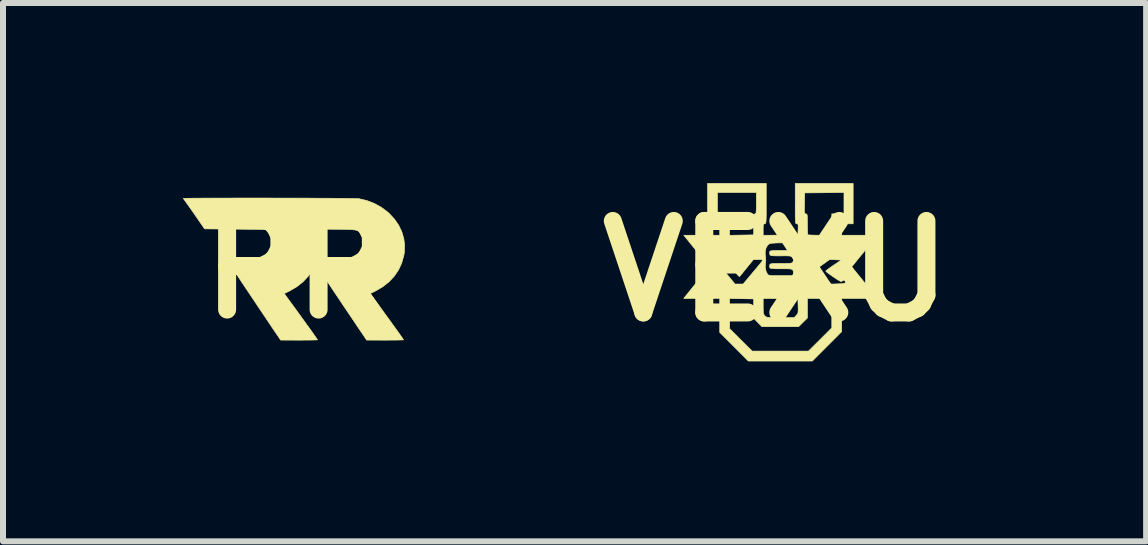
<source format=kicad_pcb>
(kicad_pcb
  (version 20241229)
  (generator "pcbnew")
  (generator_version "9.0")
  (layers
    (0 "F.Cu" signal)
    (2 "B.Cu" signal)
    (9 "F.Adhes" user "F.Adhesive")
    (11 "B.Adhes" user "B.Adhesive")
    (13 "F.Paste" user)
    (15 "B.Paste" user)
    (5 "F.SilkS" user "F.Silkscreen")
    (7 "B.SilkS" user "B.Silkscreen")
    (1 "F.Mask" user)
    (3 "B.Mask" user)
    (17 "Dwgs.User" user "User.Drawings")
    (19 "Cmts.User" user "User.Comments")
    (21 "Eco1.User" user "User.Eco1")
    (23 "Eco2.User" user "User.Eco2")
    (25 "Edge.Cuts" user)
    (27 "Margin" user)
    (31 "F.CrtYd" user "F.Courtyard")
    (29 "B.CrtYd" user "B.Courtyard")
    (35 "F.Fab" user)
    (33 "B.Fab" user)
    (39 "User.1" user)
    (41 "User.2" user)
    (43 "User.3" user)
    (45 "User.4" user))
  (footprint "RR"
    (layer "F.Cu")
    (at 1.895 1.418)
    (property "Reference" "RR" (at 0 0 0) (layer "F.SilkS") (effects (font (size 1.524 1.524) (thickness 0.3))))
    (attr through_hole)
    (fp_poly (pts (xy -0.679 -1.169) (xy -0.531 -1.169) (xy -0.381 -1.168) (xy -0.233 -1.168) (xy -0.086 -1.168) (xy 0.058 -1.167) (xy 0.197 -1.167) (xy 0.331 -1.166) (xy 0.457 -1.165) (xy 0.574 -1.165) (xy 0.681 -1.164) (xy 0.777 -1.163) (xy 0.86 -1.162) (xy 0.928 -1.161) (xy 0.981 -1.16) (xy 1.017 -1.159) (xy 1.035 -1.158) (xy 1.035 -1.158) (xy 1.165 -1.127) (xy 1.291 -1.079) (xy 1.408 -1.014) (xy 1.513 -0.936) (xy 1.54 -0.911) (xy 1.628 -0.816) (xy 1.698 -0.714) (xy 1.75 -0.605) (xy 1.783 -0.492) (xy 1.797 -0.376) (xy 1.791 -0.258) (xy 1.782 -0.206) (xy 1.747 -0.083) (xy 1.694 0.031) (xy 1.623 0.135) (xy 1.536 0.228) (xy 1.433 0.309) (xy 1.321 0.375) (xy 1.224 0.423) (xy 1.346 0.591) (xy 1.412 0.681) (xy 1.475 0.769) (xy 1.536 0.852) (xy 1.592 0.93) (xy 1.643 1) (xy 1.687 1.062) (xy 1.724 1.114) (xy 1.752 1.154) (xy 1.77 1.181) (xy 1.778 1.193) (xy 1.778 1.193) (xy 1.768 1.195) (xy 1.741 1.196) (xy 1.698 1.197) (xy 1.642 1.198) (xy 1.576 1.198) (xy 1.501 1.199) (xy 1.471 1.199) (xy 1.163 1.198) (xy 1.083 1.079) (xy 1.021 0.988) (xy 0.957 0.892) (xy 0.892 0.795) (xy 0.826 0.698) (xy 0.761 0.601) (xy 0.698 0.506) (xy 0.637 0.416) (xy 0.58 0.331) (xy 0.528 0.252) (xy 0.481 0.182) (xy 0.441 0.122) (xy 0.408 0.073) (xy 0.384 0.036) (xy 0.37 0.014) (xy 0.366 0.007) (xy 0.376 0.005) (xy 0.403 0.004) (xy 0.446 0.002) (xy 0.502 0.001) (xy 0.568 -0.000469) (xy 0.642 -0.002) (xy 0.668 -0.002) (xy 0.759 -0.003) (xy 0.833 -0.004) (xy 0.892 -0.006) (xy 0.938 -0.01) (xy 0.974 -0.015) (xy 1.004 -0.022) (xy 1.029 -0.031) (xy 1.052 -0.044) (xy 1.075 -0.06) (xy 1.102 -0.08) (xy 1.156 -0.132) (xy 1.193 -0.194) (xy 1.215 -0.262) (xy 1.221 -0.333) (xy 1.212 -0.403) (xy 1.186 -0.47) (xy 1.145 -0.53) (xy 1.102 -0.57) (xy 1.076 -0.59) (xy 1.053 -0.605) (xy 1.031 -0.618) (xy 1.008 -0.627) (xy 0.98 -0.635) (xy 0.945 -0.64) (xy 0.902 -0.643) (xy 0.847 -0.645) (xy 0.778 -0.647) (xy 0.692 -0.648) (xy 0.638 -0.648) (xy 0.558 -0.649) (xy 0.485 -0.649) (xy 0.421 -0.649) (xy 0.369 -0.649) (xy 0.331 -0.649) (xy 0.309 -0.648) (xy 0.305 -0.647) (xy 0.308 -0.636) (xy 0.316 -0.612) (xy 0.321 -0.598) (xy 0.351 -0.485) (xy 0.364 -0.368) (xy 0.357 -0.252) (xy 0.35 -0.206) (xy 0.314 -0.083) (xy 0.261 0.031) (xy 0.19 0.135) (xy 0.103 0.228) (xy 0.000347 0.309) (xy -0.112 0.375) (xy -0.209 0.423) (xy -0.087 0.591) (xy -0.021 0.681) (xy 0.043 0.769) (xy 0.103 0.852) (xy 0.159 0.93) (xy 0.21 1) (xy 0.254 1.062) (xy 0.291 1.114) (xy 0.319 1.154) (xy 0.338 1.181) (xy 0.345 1.193) (xy 0.345 1.193) (xy 0.336 1.195) (xy 0.308 1.196) (xy 0.265 1.197) (xy 0.209 1.198) (xy 0.143 1.198) (xy 0.069 1.199) (xy 0.038 1.199) (xy -0.269 1.198) (xy -0.35 1.079) (xy -0.412 0.988) (xy -0.476 0.892) (xy -0.541 0.795) (xy -0.607 0.698) (xy -0.671 0.601) (xy -0.735 0.506) (xy -0.795 0.416) (xy -0.852 0.331) (xy -0.905 0.252) (xy -0.951 0.182) (xy -0.991 0.122) (xy -1.024 0.073) (xy -1.048 0.036) (xy -1.063 0.014) (xy -1.067 0.007) (xy -1.057 0.005) (xy -1.029 0.004) (xy -0.987 0.002) (xy -0.931 0.001) (xy -0.865 -0.000469) (xy -0.791 -0.002) (xy -0.765 -0.002) (xy -0.673 -0.003) (xy -0.599 -0.004) (xy -0.541 -0.006) (xy -0.495 -0.01) (xy -0.458 -0.015) (xy -0.429 -0.022) (xy -0.404 -0.031) (xy -0.381 -0.044) (xy -0.357 -0.06) (xy -0.331 -0.08) (xy -0.277 -0.132) (xy -0.239 -0.194) (xy -0.217 -0.262) (xy -0.211 -0.333) (xy -0.221 -0.403) (xy -0.246 -0.47) (xy -0.287 -0.53) (xy -0.331 -0.57) (xy -0.351 -0.586) (xy -0.37 -0.6) (xy -0.387 -0.611) (xy -0.406 -0.62) (xy -0.427 -0.628) (xy -0.453 -0.634) (xy -0.485 -0.638) (xy -0.526 -0.642) (xy -0.576 -0.644) (xy -0.638 -0.646) (xy -0.714 -0.647) (xy -0.806 -0.648) (xy -0.915 -0.649) (xy -1 -0.65) (xy -1.537 -0.655) (xy -1.698 -0.888) (xy -1.74 -0.949) (xy -1.78 -1.006) (xy -1.815 -1.055) (xy -1.843 -1.095) (xy -1.863 -1.123) (xy -1.874 -1.137) (xy -1.874 -1.137) (xy -1.886 -1.154) (xy -1.89 -1.162) (xy -1.88 -1.163) (xy -1.851 -1.164) (xy -1.805 -1.165) (xy -1.742 -1.166) (xy -1.665 -1.166) (xy -1.574 -1.167) (xy -1.471 -1.167) (xy -1.358 -1.168) (xy -1.235 -1.168) (xy -1.104 -1.168) (xy -0.967 -1.169) (xy -0.825 -1.169) (xy -0.679 -1.169)) (stroke (width 0.01) (type solid)) (fill yes) (layer "F.SilkS")))
  (footprint "VEXU"
    (layer "F.Cu")
    (at 9.881 1.466)
    (property "Reference" "VEXU" (at 0 0 0) (layer "F.SilkS") (effects (font (size 1.524 1.524) (thickness 0.3))))
    (attr through_hole)
    (fp_poly (pts (xy -0.165 -1.124) (xy -0.165 -1.023) (xy -0.165 -0.944) (xy -0.166 -0.886) (xy -0.168 -0.844) (xy -0.17 -0.816) (xy -0.174 -0.799) (xy -0.179 -0.791) (xy -0.185 -0.788) (xy -0.191 -0.787) (xy -0.203 -0.785) (xy -0.211 -0.775) (xy -0.215 -0.751) (xy -0.216 -0.709) (xy -0.216 -0.692) (xy -0.216 -0.596) (xy 0.362 -0.603) (xy 0.366 -0.695) (xy 0.367 -0.743) (xy 0.366 -0.77) (xy 0.36 -0.783) (xy 0.348 -0.787) (xy 0.343 -0.787) (xy 0.336 -0.788) (xy 0.33 -0.792) (xy 0.325 -0.802) (xy 0.322 -0.822) (xy 0.32 -0.853) (xy 0.318 -0.898) (xy 0.318 -0.962) (xy 0.318 -1.009) (xy 0.471 -1.009) (xy 0.473 -0.979) (xy 0.477 -0.962) (xy 0.483 -0.954) (xy 0.493 -0.953) (xy 0.495 -0.953) (xy 0.505 -0.951) (xy 0.512 -0.945) (xy 0.517 -0.929) (xy 0.519 -0.9) (xy 0.52 -0.853) (xy 0.521 -0.786) (xy 0.521 -0.783) (xy 0.521 -0.72) (xy 0.523 -0.666) (xy 0.525 -0.627) (xy 0.528 -0.607) (xy 0.529 -0.605) (xy 0.544 -0.602) (xy 0.58 -0.6) (xy 0.632 -0.598) (xy 0.696 -0.597) (xy 0.732 -0.597) (xy 0.927 -0.597) (xy 0.927 -0.953) (xy 1.13 -0.953) (xy 1.13 -1.309) (xy 0.803 -1.305) (xy 0.476 -1.302) (xy 0.473 -1.127) (xy 0.471 -1.058) (xy 0.471 -1.009) (xy 0.318 -1.009) (xy 0.318 -1.046) (xy 0.318 -1.124) (xy 0.318 -1.46) (xy 1.283 -1.46) (xy 1.283 -0.787) (xy 1.092 -0.787) (xy 1.092 -0.597) (xy 1.384 -0.597) (xy 1.467 -0.597) (xy 1.541 -0.596) (xy 1.602 -0.595) (xy 1.647 -0.593) (xy 1.672 -0.592) (xy 1.676 -0.591) (xy 1.669 -0.579) (xy 1.648 -0.551) (xy 1.617 -0.512) (xy 1.579 -0.465) (xy 1.57 -0.454) (xy 1.517 -0.389) (xy 1.458 -0.315) (xy 1.4 -0.244) (xy 1.362 -0.197) (xy 1.26 -0.071) (xy 1.363 0.057) (xy 1.414 0.119) (xy 1.473 0.192) (xy 1.532 0.265) (xy 1.578 0.321) (xy 1.69 0.457) (xy 1.092 0.457) (xy 1.092 1.009) (xy 0.848 1.254) (xy 0.603 1.499) (xy -0.464 1.499) (xy -0.702 1.26) (xy -0.94 1.022) (xy -0.94 0.959) (xy -0.775 0.959) (xy -0.4 1.333) (xy 0.539 1.333) (xy 0.733 1.14) (xy 0.927 0.946) (xy 0.927 0.457) (xy 0.521 0.457) (xy 0.521 0.782) (xy 0.447 0.854) (xy 0.374 0.927) (xy -0.236 0.927) (xy -0.304 0.858) (xy -0.372 0.789) (xy -0.373 0.626) (xy -0.374 0.586) (xy -0.216 0.586) (xy -0.215 0.646) (xy -0.213 0.687) (xy -0.208 0.714) (xy -0.199 0.732) (xy -0.188 0.745) (xy -0.178 0.756) (xy -0.165 0.763) (xy -0.148 0.769) (xy -0.121 0.772) (xy -0.081 0.774) (xy -0.024 0.775) (xy 0.054 0.775) (xy 0.07 0.775) (xy 0.3 0.775) (xy 0.335 0.739) (xy 0.351 0.72) (xy 0.361 0.703) (xy 0.366 0.679) (xy 0.367 0.643) (xy 0.366 0.589) (xy 0.366 0.583) (xy 0.362 0.464) (xy 0.073 0.46) (xy -0.216 0.457) (xy -0.216 0.586) (xy -0.374 0.586) (xy -0.375 0.464) (xy -0.575 0.46) (xy -0.775 0.457) (xy -0.775 0.959) (xy -0.94 0.959) (xy -0.94 0.457) (xy -1.539 0.457) (xy -1.516 0.426) (xy -1.501 0.408) (xy -1.473 0.373) (xy -1.434 0.324) (xy -1.388 0.267) (xy -1.336 0.203) (xy -1.314 0.176) (xy -1.262 0.111) (xy -1.215 0.052) (xy -1.175 0.003) (xy -1.146 -0.034) (xy -1.129 -0.056) (xy -1.126 -0.06) (xy -1.131 -0.075) (xy -1.151 -0.108) (xy -1.186 -0.157) (xy -1.205 -0.181) (xy -1.009 -0.181) (xy -1.003 -0.171) (xy -1.002 -0.168) (xy -0.988 -0.152) (xy -0.962 -0.119) (xy -0.925 -0.074) (xy -0.88 -0.02) (xy -0.835 0.035) (xy -0.685 0.216) (xy -0.55 0.216) (xy -0.539 0.203) (xy 0.33 0.203) (xy 0.342 0.21) (xy 0.373 0.214) (xy 0.417 0.216) (xy 0.417 0.216) (xy 0.458 0.215) (xy 0.489 0.211) (xy 0.517 0.202) (xy 0.549 0.183) (xy 0.593 0.153) (xy 0.604 0.146) (xy 0.648 0.116) (xy 0.685 0.092) (xy 0.709 0.079) (xy 0.715 0.076) (xy 0.73 0.083) (xy 0.759 0.102) (xy 0.799 0.129) (xy 0.823 0.147) (xy 0.921 0.217) (xy 1.035 0.213) (xy 1.09 0.211) (xy 1.125 0.207) (xy 1.144 0.201) (xy 1.152 0.191) (xy 1.153 0.187) (xy 1.148 0.165) (xy 1.129 0.155) (xy 1.108 0.16) (xy 1.1 0.168) (xy 1.092 0.175) (xy 1.078 0.174) (xy 1.056 0.163) (xy 1.02 0.142) (xy 0.968 0.107) (xy 0.956 0.099) (xy 0.907 0.065) (xy 0.865 0.035) (xy 0.837 0.013) (xy 0.826 0.001) (xy 0.826 0.001) (xy 0.835 -0.01) (xy 0.863 -0.031) (xy 0.903 -0.06) (xy 0.952 -0.094) (xy 0.956 -0.096) (xy 1.086 -0.184) (xy 0.988 -0.188) (xy 0.891 -0.192) (xy 0.715 -0.066) (xy 0.627 -0.128) (xy 0.583 -0.158) (xy 0.551 -0.176) (xy 0.522 -0.186) (xy 0.487 -0.189) (xy 0.448 -0.19) (xy 0.403 -0.189) (xy 0.37 -0.186) (xy 0.356 -0.181) (xy 0.356 -0.181) (xy 0.365 -0.168) (xy 0.389 -0.151) (xy 0.391 -0.15) (xy 0.417 -0.133) (xy 0.457 -0.106) (xy 0.503 -0.074) (xy 0.519 -0.063) (xy 0.612 0.002) (xy 0.471 0.097) (xy 0.419 0.132) (xy 0.376 0.164) (xy 0.345 0.188) (xy 0.331 0.202) (xy 0.33 0.203) (xy -0.539 0.203) (xy -0.399 0.036) (xy -0.338 -0.037) (xy -0.313 -0.066) (xy -0.182 -0.066) (xy -0.168 0.003) (xy -0.147 0.045) (xy -0.139 0.057) (xy -0.129 0.065) (xy -0.113 0.07) (xy -0.088 0.074) (xy -0.049 0.076) (xy 0.008 0.076) (xy 0.076 0.076) (xy 0.279 0.076) (xy 0.287 0.046) (xy 0.287 0.011) (xy 0.28 -0.012) (xy 0.273 -0.022) (xy 0.262 -0.029) (xy 0.243 -0.034) (xy 0.212 -0.037) (xy 0.165 -0.038) (xy 0.097 -0.038) (xy 0.083 -0.038) (xy 0.011 -0.038) (xy -0.04 -0.04) (xy -0.074 -0.043) (xy -0.094 -0.047) (xy -0.104 -0.054) (xy -0.107 -0.059) (xy -0.11 -0.089) (xy -0.107 -0.103) (xy -0.102 -0.113) (xy -0.092 -0.119) (xy -0.072 -0.123) (xy -0.038 -0.126) (xy 0.013 -0.127) (xy 0.083 -0.127) (xy 0.155 -0.127) (xy 0.206 -0.128) (xy 0.24 -0.131) (xy 0.26 -0.135) (xy 0.272 -0.142) (xy 0.279 -0.152) (xy 0.291 -0.191) (xy 0.28 -0.224) (xy 0.272 -0.235) (xy 0.259 -0.243) (xy 0.239 -0.249) (xy 0.207 -0.252) (xy 0.158 -0.254) (xy 0.089 -0.253) (xy 0.079 -0.253) (xy 0.008 -0.253) (xy -0.041 -0.254) (xy -0.073 -0.256) (xy -0.092 -0.261) (xy -0.102 -0.269) (xy -0.104 -0.272) (xy -0.11 -0.301) (xy -0.108 -0.318) (xy -0.103 -0.328) (xy -0.094 -0.335) (xy -0.075 -0.339) (xy -0.044 -0.341) (xy 0.004 -0.343) (xy 0.073 -0.343) (xy 0.083 -0.343) (xy 0.155 -0.343) (xy 0.206 -0.344) (xy 0.24 -0.347) (xy 0.26 -0.351) (xy 0.272 -0.358) (xy 0.279 -0.367) (xy 0.291 -0.407) (xy 0.28 -0.44) (xy 0.272 -0.45) (xy 0.259 -0.459) (xy 0.236 -0.464) (xy 0.199 -0.468) (xy 0.145 -0.47) (xy 0.089 -0.47) (xy 0.024 -0.469) (xy -0.034 -0.466) (xy -0.079 -0.463) (xy -0.105 -0.458) (xy -0.106 -0.458) (xy -0.141 -0.432) (xy -0.167 -0.388) (xy -0.181 -0.332) (xy -0.182 -0.271) (xy -0.177 -0.245) (xy -0.172 -0.171) (xy -0.177 -0.136) (xy -0.182 -0.066) (xy -0.313 -0.066) (xy -0.291 -0.093) (xy -0.258 -0.133) (xy -0.238 -0.161) (xy -0.23 -0.178) (xy -0.232 -0.187) (xy -0.244 -0.191) (xy -0.264 -0.191) (xy -0.292 -0.191) (xy -0.297 -0.191) (xy -0.379 -0.191) (xy -0.49 -0.054) (xy -0.531 -0.004) (xy -0.566 0.04) (xy -0.593 0.072) (xy -0.608 0.09) (xy -0.609 0.092) (xy -0.62 0.086) (xy -0.643 0.064) (xy -0.675 0.027) (xy -0.715 -0.02) (xy -0.735 -0.044) (xy -0.852 -0.191) (xy -0.936 -0.191) (xy -0.98 -0.19) (xy -1.003 -0.187) (xy -1.009 -0.181) (xy -1.205 -0.181) (xy -1.235 -0.22) (xy -1.297 -0.297) (xy -1.298 -0.299) (xy -1.352 -0.366) (xy -1.403 -0.428) (xy -1.447 -0.483) (xy -1.481 -0.525) (xy -1.504 -0.553) (xy -1.509 -0.56) (xy -1.539 -0.597) (xy -0.94 -0.597) (xy -0.94 -0.787) (xy -1.143 -0.787) (xy -1.143 -1.308) (xy -0.978 -1.308) (xy -0.978 -0.953) (xy -0.775 -0.953) (xy -0.775 -0.596) (xy -0.375 -0.603) (xy -0.375 -0.778) (xy -0.374 -0.848) (xy -0.373 -0.896) (xy -0.371 -0.927) (xy -0.366 -0.944) (xy -0.36 -0.951) (xy -0.352 -0.953) (xy -0.344 -0.955) (xy -0.337 -0.964) (xy -0.334 -0.983) (xy -0.331 -1.017) (xy -0.33 -1.07) (xy -0.33 -1.13) (xy -0.33 -1.308) (xy -0.978 -1.308) (xy -1.143 -1.308) (xy -1.143 -1.46) (xy -0.165 -1.46) (xy -0.165 -1.124)) (stroke (width 0.01) (type solid)) (fill yes) (layer "F.SilkS")))
  (gr_rect
    (start -3 -3)
    (end 16.045 5.969)
    (stroke (width 0.1) (type default))
    (fill no)
    (layer "Edge.Cuts")))
</source>
